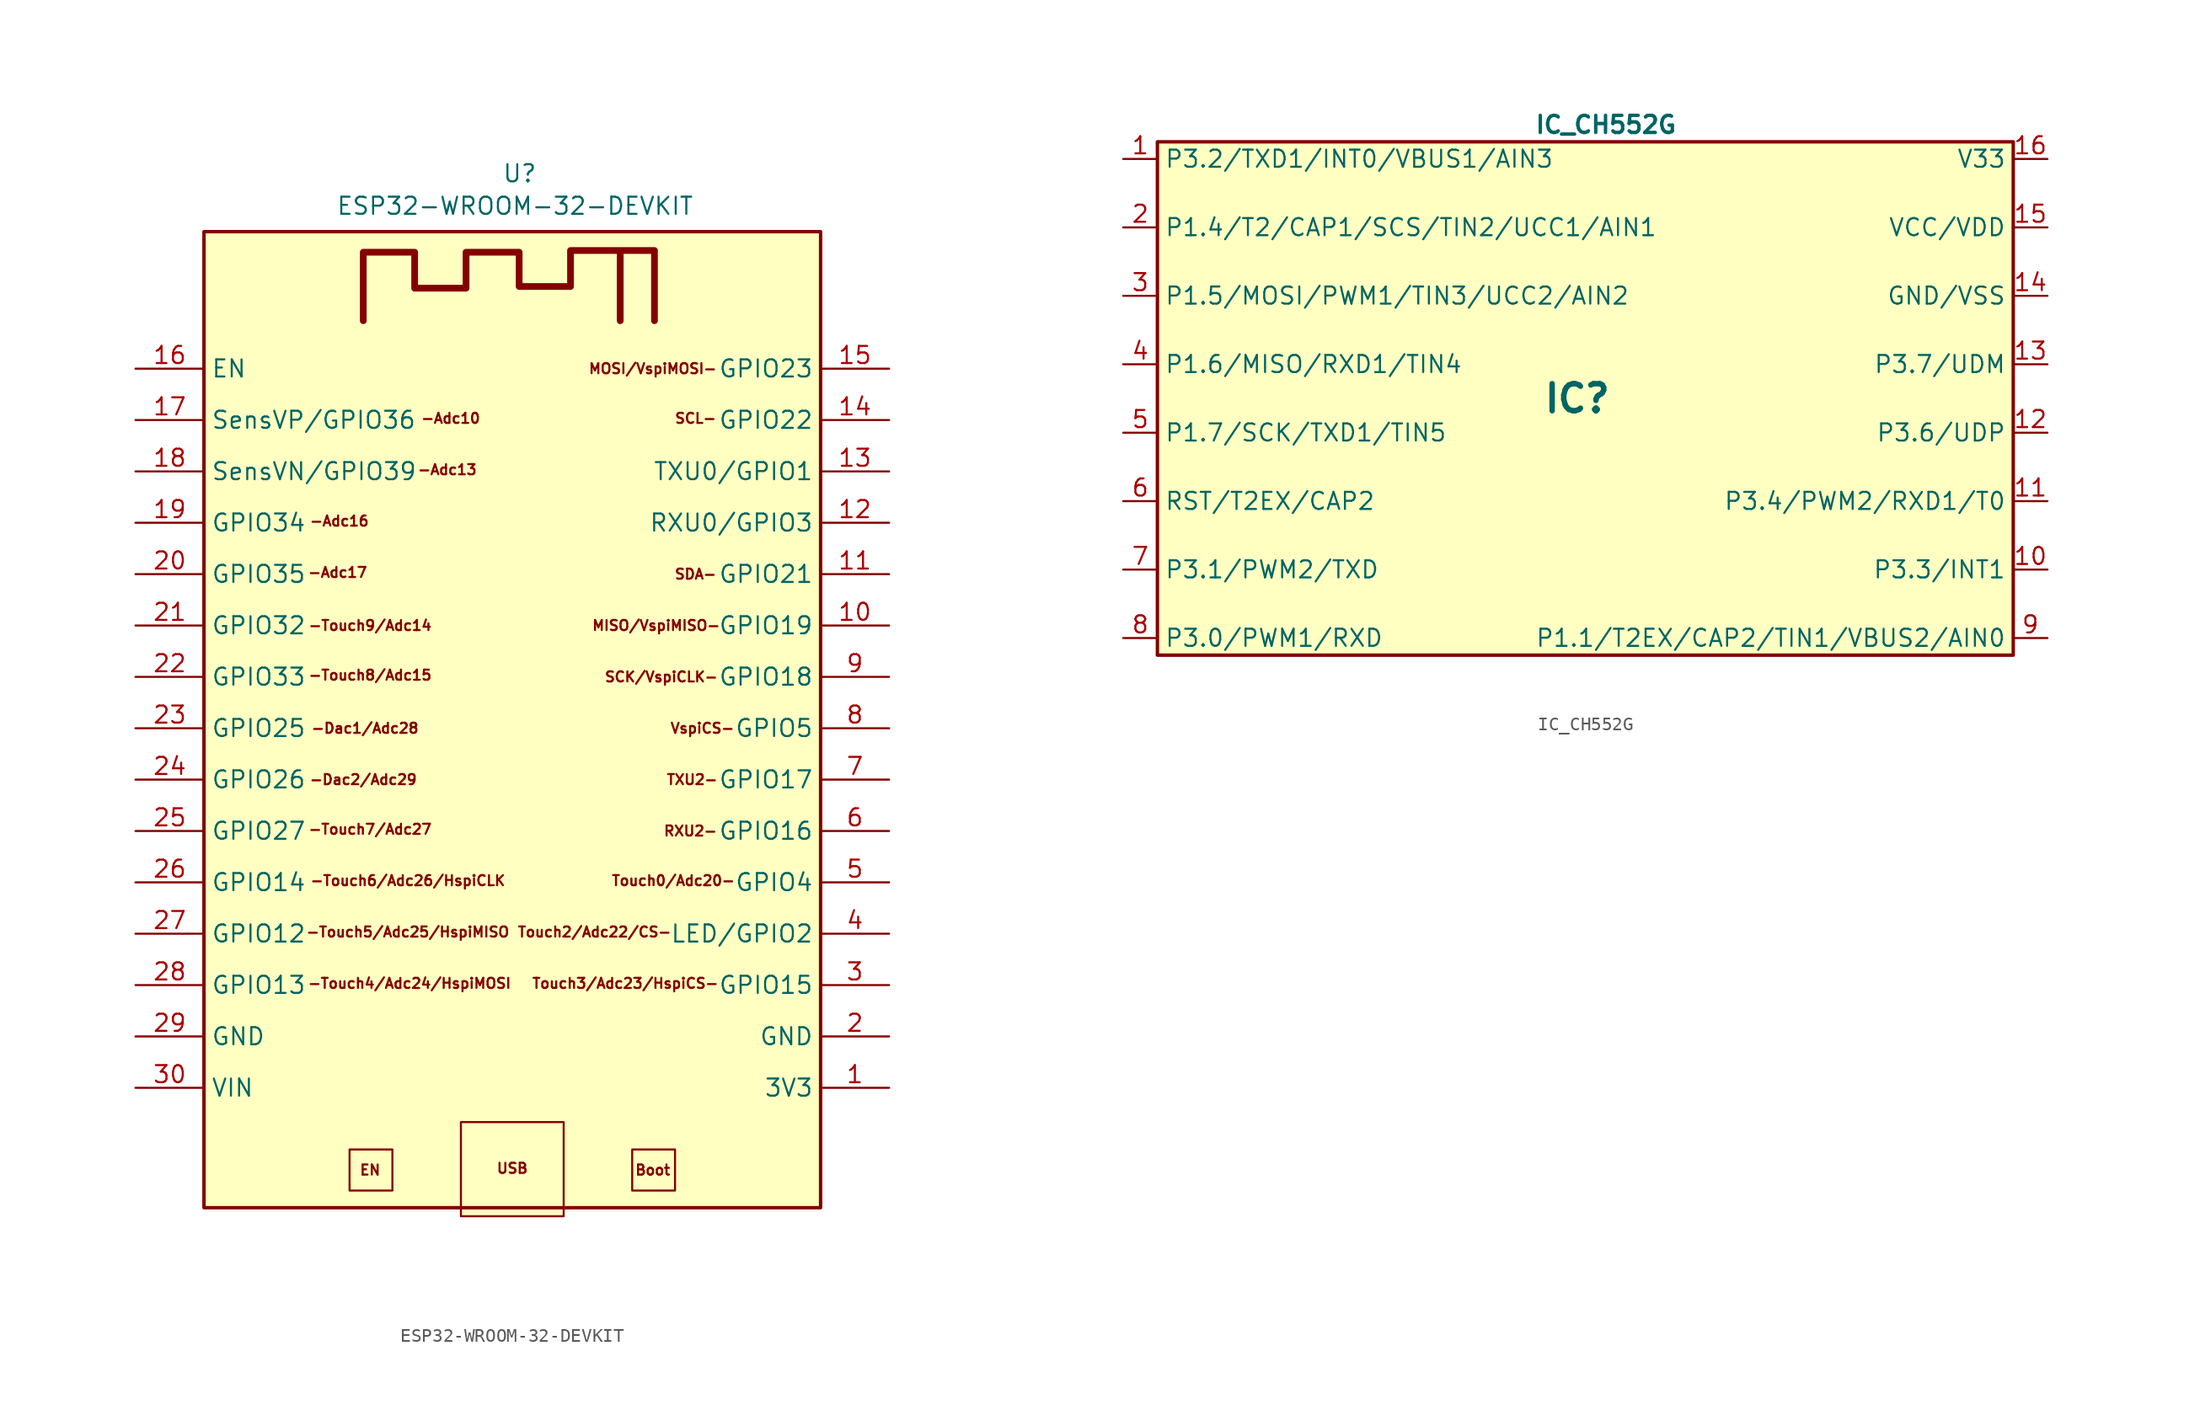
<source format=kicad_sym>
(kicad_symbol_lib
  (version 20211014)
  (generator kicad_symbol_editor)
  (symbol "ESP32-WROOM-32-DEVKIT"
    (property "Reference" "U"
      (at -0.762 41.148 0)
      (effects (font (size 1.27 1.27)) (justify left)))
    (property "Value" "ESP32-WROOM-32-DEVKIT"
      (at -13.081 38.735 0)
      (effects (font (size 1.27 1.27)) (justify left)))
    (symbol "ESP32-WROOM-32-DEVKIT_0_0"
      (text "-Adc10" (at -4.572 22.987 0) (effects (font (size 0.75 0.75))))
      (text "-Adc13" (at -4.826 19.177 0) (effects (font (size 0.75 0.75))))
      (text "-Adc16" (at -12.827 15.367 0) (effects (font (size 0.75 0.75))))
      (text "-Adc17" (at -12.954 11.557 0) (effects (font (size 0.75 0.75))))
      (text "-Dac1/Adc28" (at -10.922 0 0) (effects (font (size 0.75 0.75))))
      (text "-Dac2/Adc29" (at -11.049 -3.81 0) (effects (font (size 0.75 0.75))))
      (text "-Touch4/Adc24/HspiMOSI" (at -7.62 -18.923 0) (effects (font (size 0.75 0.75))))
      (text "-Touch5/Adc25/HspiMISO" (at -7.747 -15.113 0) (effects (font (size 0.75 0.75))))
      (text "-Touch6/Adc26/HspiCLK" (at -7.747 -11.303 0) (effects (font (size 0.75 0.75))))
      (text "-Touch7/Adc27" (at -10.541 -7.493 0) (effects (font (size 0.75 0.75))))
      (text "-Touch8/Adc15" (at -10.541 3.937 0) (effects (font (size 0.75 0.75))))
      (text "-Touch9/Adc14" (at -10.541 7.62 0) (effects (font (size 0.75 0.75))))
      (text "Boot" (at 10.414 -32.766 0) (effects (font (size 0.75 0.75))))
      (text "EN" (at -10.541 -32.766 0) (effects (font (size 0.75 0.75))))
      (text "MISO/VspiMISO-" (at 10.668 7.62 0) (effects (font (size 0.75 0.75))))
      (text "MOSI/VspiMOSI-" (at 10.414 26.67 0) (effects (font (size 0.75 0.75))))
      (text "RXU2-" (at 13.208 -7.62 0) (effects (font (size 0.75 0.75))))
      (text "SCK/VspiCLK-" (at 11.049 3.81 0) (effects (font (size 0.75 0.75))))
      (text "SCL-" (at 13.589 22.987 0) (effects (font (size 0.75 0.75))))
      (text "SDA-" (at 13.589 11.43 0) (effects (font (size 0.75 0.75))))
      (text "Touch0/Adc20-" (at 11.938 -11.303 0) (effects (font (size 0.75 0.75))))
      (text "Touch2/Adc22/CS-" (at 6.096 -15.113 0) (effects (font (size 0.75 0.75))))
      (text "Touch3/Adc23/HspiCS-" (at 8.382 -18.923 0) (effects (font (size 0.75 0.75))))
      (text "TXU2-" (at 13.335 -3.81 0) (effects (font (size 0.75 0.75))))
      (text "USB" (at 0 -32.639 0) (effects (font (size 0.75 0.75))))
      (text "VspiCS-" (at 14.097 0 0) (effects (font (size 0.75 0.75)))))
    (symbol "ESP32-WROOM-32-DEVKIT_0_1"
      (rectangle (start -22.86 36.83) (end 22.86 -35.56) (stroke (width 0.254) (type default) (color 0 0 0 0)) (fill (type background)))
      (rectangle (start -12.065 -31.242) (end -8.89 -34.29) (stroke (width 0.152) (type default) (color 0 0 0 0)) (fill (type background)))
      (rectangle (start -3.81 -36.195) (end 3.81 -29.21) (stroke (width 0.152) (type default) (color 0 0 0 0)) (fill (type background)))
      (polyline (pts (xy -11.049 30.226) (xy -11.049 35.306) (xy -7.239 35.306) (xy -7.239 32.639) (xy -3.429 32.639) (xy -3.429 35.306) (xy 0.508 35.306) (xy 0.508 32.766) (xy 4.318 32.766) (xy 4.318 35.433) (xy 10.541 35.433) (xy 10.541 30.226) (xy 10.541 35.433) (xy 8.001 35.433) (xy 8.001 30.226)) (stroke (width 0.5) (type default) (color 0 0 0 0)) (fill (type none)))
      (rectangle (start 8.89 -31.242) (end 12.065 -34.29) (stroke (width 0.152) (type default) (color 0 0 0 0)) (fill (type background))))
    (symbol "ESP32-WROOM-32-DEVKIT_1_1"
      (pin power_out line (at 27.94 -26.67 180) (length 5.08) (name "3V3" (effects (font (size 1.27 1.27)))) (number "1" (effects (font (size 1.27 1.27)))))
      (pin bidirectional line (at 27.94 7.62 180) (length 5.08) (name "GPIO19" (effects (font (size 1.27 1.27)))) (number "10" (effects (font (size 1.27 1.27)))))
      (pin bidirectional line (at 27.94 11.43 180) (length 5.08) (name "GPIO21" (effects (font (size 1.27 1.27)))) (number "11" (effects (font (size 1.27 1.27)))))
      (pin bidirectional line (at 27.94 15.24 180) (length 5.08) (name "RXU0/GPIO3" (effects (font (size 1.27 1.27)))) (number "12" (effects (font (size 1.27 1.27)))))
      (pin bidirectional line (at 27.94 19.05 180) (length 5.08) (name "TXU0/GPIO1" (effects (font (size 1.27 1.27)))) (number "13" (effects (font (size 1.27 1.27)))))
      (pin bidirectional line (at 27.94 22.86 180) (length 5.08) (name "GPIO22" (effects (font (size 1.27 1.27)))) (number "14" (effects (font (size 1.27 1.27)))))
      (pin bidirectional line (at 27.94 26.67 180) (length 5.08) (name "GPIO23" (effects (font (size 1.27 1.27)))) (number "15" (effects (font (size 1.27 1.27)))))
      (pin input line (at -27.94 26.67 0) (length 5.08) (name "EN" (effects (font (size 1.27 1.27)))) (number "16" (effects (font (size 1.27 1.27)))))
      (pin input line (at -27.94 22.86 0) (length 5.08) (name "SensVP/GPIO36" (effects (font (size 1.27 1.27)))) (number "17" (effects (font (size 1.27 1.27)))))
      (pin input line (at -27.94 19.05 0) (length 5.08) (name "SensVN/GPIO39" (effects (font (size 1.27 1.27)))) (number "18" (effects (font (size 1.27 1.27)))))
      (pin input line (at -27.94 15.24 0) (length 5.08) (name "GPIO34" (effects (font (size 1.27 1.27)))) (number "19" (effects (font (size 1.27 1.27)))))
      (pin power_in line (at 27.94 -22.86 180) (length 5.08) (name "GND" (effects (font (size 1.27 1.27)))) (number "2" (effects (font (size 1.27 1.27)))))
      (pin input line (at -27.94 11.43 0) (length 5.08) (name "GPIO35" (effects (font (size 1.27 1.27)))) (number "20" (effects (font (size 1.27 1.27)))))
      (pin bidirectional line (at -27.94 7.62 0) (length 5.08) (name "GPIO32" (effects (font (size 1.27 1.27)))) (number "21" (effects (font (size 1.27 1.27)))))
      (pin bidirectional line (at -27.94 3.81 0) (length 5.08) (name "GPIO33" (effects (font (size 1.27 1.27)))) (number "22" (effects (font (size 1.27 1.27)))))
      (pin bidirectional line (at -27.94 0 0) (length 5.08) (name "GPIO25" (effects (font (size 1.27 1.27)))) (number "23" (effects (font (size 1.27 1.27)))))
      (pin bidirectional line (at -27.94 -3.81 0) (length 5.08) (name "GPIO26" (effects (font (size 1.27 1.27)))) (number "24" (effects (font (size 1.27 1.27)))))
      (pin bidirectional line (at -27.94 -7.62 0) (length 5.08) (name "GPIO27" (effects (font (size 1.27 1.27)))) (number "25" (effects (font (size 1.27 1.27)))))
      (pin bidirectional line (at -27.94 -11.43 0) (length 5.08) (name "GPIO14" (effects (font (size 1.27 1.27)))) (number "26" (effects (font (size 1.27 1.27)))))
      (pin bidirectional line (at -27.94 -15.24 0) (length 5.08) (name "GPIO12" (effects (font (size 1.27 1.27)))) (number "27" (effects (font (size 1.27 1.27)))))
      (pin bidirectional line (at -27.94 -19.05 0) (length 5.08) (name "GPIO13" (effects (font (size 1.27 1.27)))) (number "28" (effects (font (size 1.27 1.27)))))
      (pin power_in line (at -27.94 -22.86 0) (length 5.08) (name "GND" (effects (font (size 1.27 1.27)))) (number "29" (effects (font (size 1.27 1.27)))))
      (pin bidirectional line (at 27.94 -19.05 180) (length 5.08) (name "GPIO15" (effects (font (size 1.27 1.27)))) (number "3" (effects (font (size 1.27 1.27)))))
      (pin power_in line (at -27.94 -26.67 0) (length 5.08) (name "VIN" (effects (font (size 1.27 1.27)))) (number "30" (effects (font (size 1.27 1.27)))))
      (pin bidirectional line (at 27.94 -15.24 180) (length 5.08) (name "LED/GPIO2" (effects (font (size 1.27 1.27)))) (number "4" (effects (font (size 1.27 1.27)))))
      (pin bidirectional line (at 27.94 -11.43 180) (length 5.08) (name "GPIO4" (effects (font (size 1.27 1.27)))) (number "5" (effects (font (size 1.27 1.27)))))
      (pin bidirectional line (at 27.94 -7.62 180) (length 5.08) (name "GPIO16" (effects (font (size 1.27 1.27)))) (number "6" (effects (font (size 1.27 1.27)))))
      (pin bidirectional line (at 27.94 -3.81 180) (length 5.08) (name "GPIO17" (effects (font (size 1.27 1.27)))) (number "7" (effects (font (size 1.27 1.27)))))
      (pin bidirectional line (at 27.94 0 180) (length 5.08) (name "GPIO5" (effects (font (size 1.27 1.27)))) (number "8" (effects (font (size 1.27 1.27)))))
      (pin bidirectional line (at 27.94 3.81 180) (length 5.08) (name "GPIO18" (effects (font (size 1.27 1.27)))) (number "9" (effects (font (size 1.27 1.27)))))))
  (symbol "IC_CH552G"
    (property "Reference" "IC"
      (at 2.007 -6.35 0)
      (effects (font (size 2.007 2.007) bold) (justify right)))
    (property "Value" "IC_CH552G"
      (at -3.81 13.97 0)
      (effects (font (size 1.27 1.27) bold) (justify left)))
    (symbol "IC_CH552G_0_1"
      (rectangle (start -31.75 12.7) (end 31.75 -25.4) (stroke (width 0.254) (type default) (color 0 0 0 0)) (fill (type background))))
    (symbol "IC_CH552G_1_1"
      (pin bidirectional line (at -34.29 11.43 0) (length 2.54) (name "P3.2/TXD1/INT0/VBUS1/AIN3" (effects (font (size 1.27 1.27)))) (number "1" (effects (font (size 1.27 1.27)))))
      (pin bidirectional line (at 34.29 -19.05 180) (length 2.54) (name "P3.3/INT1" (effects (font (size 1.27 1.27)))) (number "10" (effects (font (size 1.27 1.27)))))
      (pin bidirectional line (at 34.29 -13.97 180) (length 2.54) (name "P3.4/PWM2/RXD1/T0" (effects (font (size 1.27 1.27)))) (number "11" (effects (font (size 1.27 1.27)))))
      (pin bidirectional line (at 34.29 -8.89 180) (length 2.54) (name "P3.6/UDP" (effects (font (size 1.27 1.27)))) (number "12" (effects (font (size 1.27 1.27)))))
      (pin bidirectional line (at 34.29 -3.81 180) (length 2.54) (name "P3.7/UDM" (effects (font (size 1.27 1.27)))) (number "13" (effects (font (size 1.27 1.27)))))
      (pin power_in line (at 34.29 1.27 180) (length 2.54) (name "GND/VSS" (effects (font (size 1.27 1.27)))) (number "14" (effects (font (size 1.27 1.27)))))
      (pin power_in line (at 34.29 6.35 180) (length 2.54) (name "VCC/VDD" (effects (font (size 1.27 1.27)))) (number "15" (effects (font (size 1.27 1.27)))))
      (pin power_in line (at 34.29 11.43 180) (length 2.54) (name "V33" (effects (font (size 1.27 1.27)))) (number "16" (effects (font (size 1.27 1.27)))))
      (pin bidirectional line (at -34.29 6.35 0) (length 2.54) (name "P1.4/T2/CAP1/SCS/TIN2/UCC1/AIN1" (effects (font (size 1.27 1.27)))) (number "2" (effects (font (size 1.27 1.27)))))
      (pin bidirectional line (at -34.29 1.27 0) (length 2.54) (name "P1.5/MOSI/PWM1/TIN3/UCC2/AIN2" (effects (font (size 1.27 1.27)))) (number "3" (effects (font (size 1.27 1.27)))))
      (pin bidirectional line (at -34.29 -3.81 0) (length 2.54) (name "P1.6/MISO/RXD1/TIN4" (effects (font (size 1.27 1.27)))) (number "4" (effects (font (size 1.27 1.27)))))
      (pin bidirectional line (at -34.29 -8.89 0) (length 2.54) (name "P1.7/SCK/TXD1/TIN5" (effects (font (size 1.27 1.27)))) (number "5" (effects (font (size 1.27 1.27)))))
      (pin bidirectional line (at -34.29 -13.97 0) (length 2.54) (name "RST/T2EX/CAP2" (effects (font (size 1.27 1.27)))) (number "6" (effects (font (size 1.27 1.27)))))
      (pin bidirectional line (at -34.29 -19.05 0) (length 2.54) (name "P3.1/PWM2/TXD" (effects (font (size 1.27 1.27)))) (number "7" (effects (font (size 1.27 1.27)))))
      (pin bidirectional line (at -34.29 -24.13 0) (length 2.54) (name "P3.0/PWM1/RXD" (effects (font (size 1.27 1.27)))) (number "8" (effects (font (size 1.27 1.27)))))
      (pin bidirectional line (at 34.29 -24.13 180) (length 2.54) (name "P1.1/T2EX/CAP2/TIN1/VBUS2/AIN0" (effects (font (size 1.27 1.27)))) (number "9" (effects (font (size 1.27 1.27))))))))
</source>
